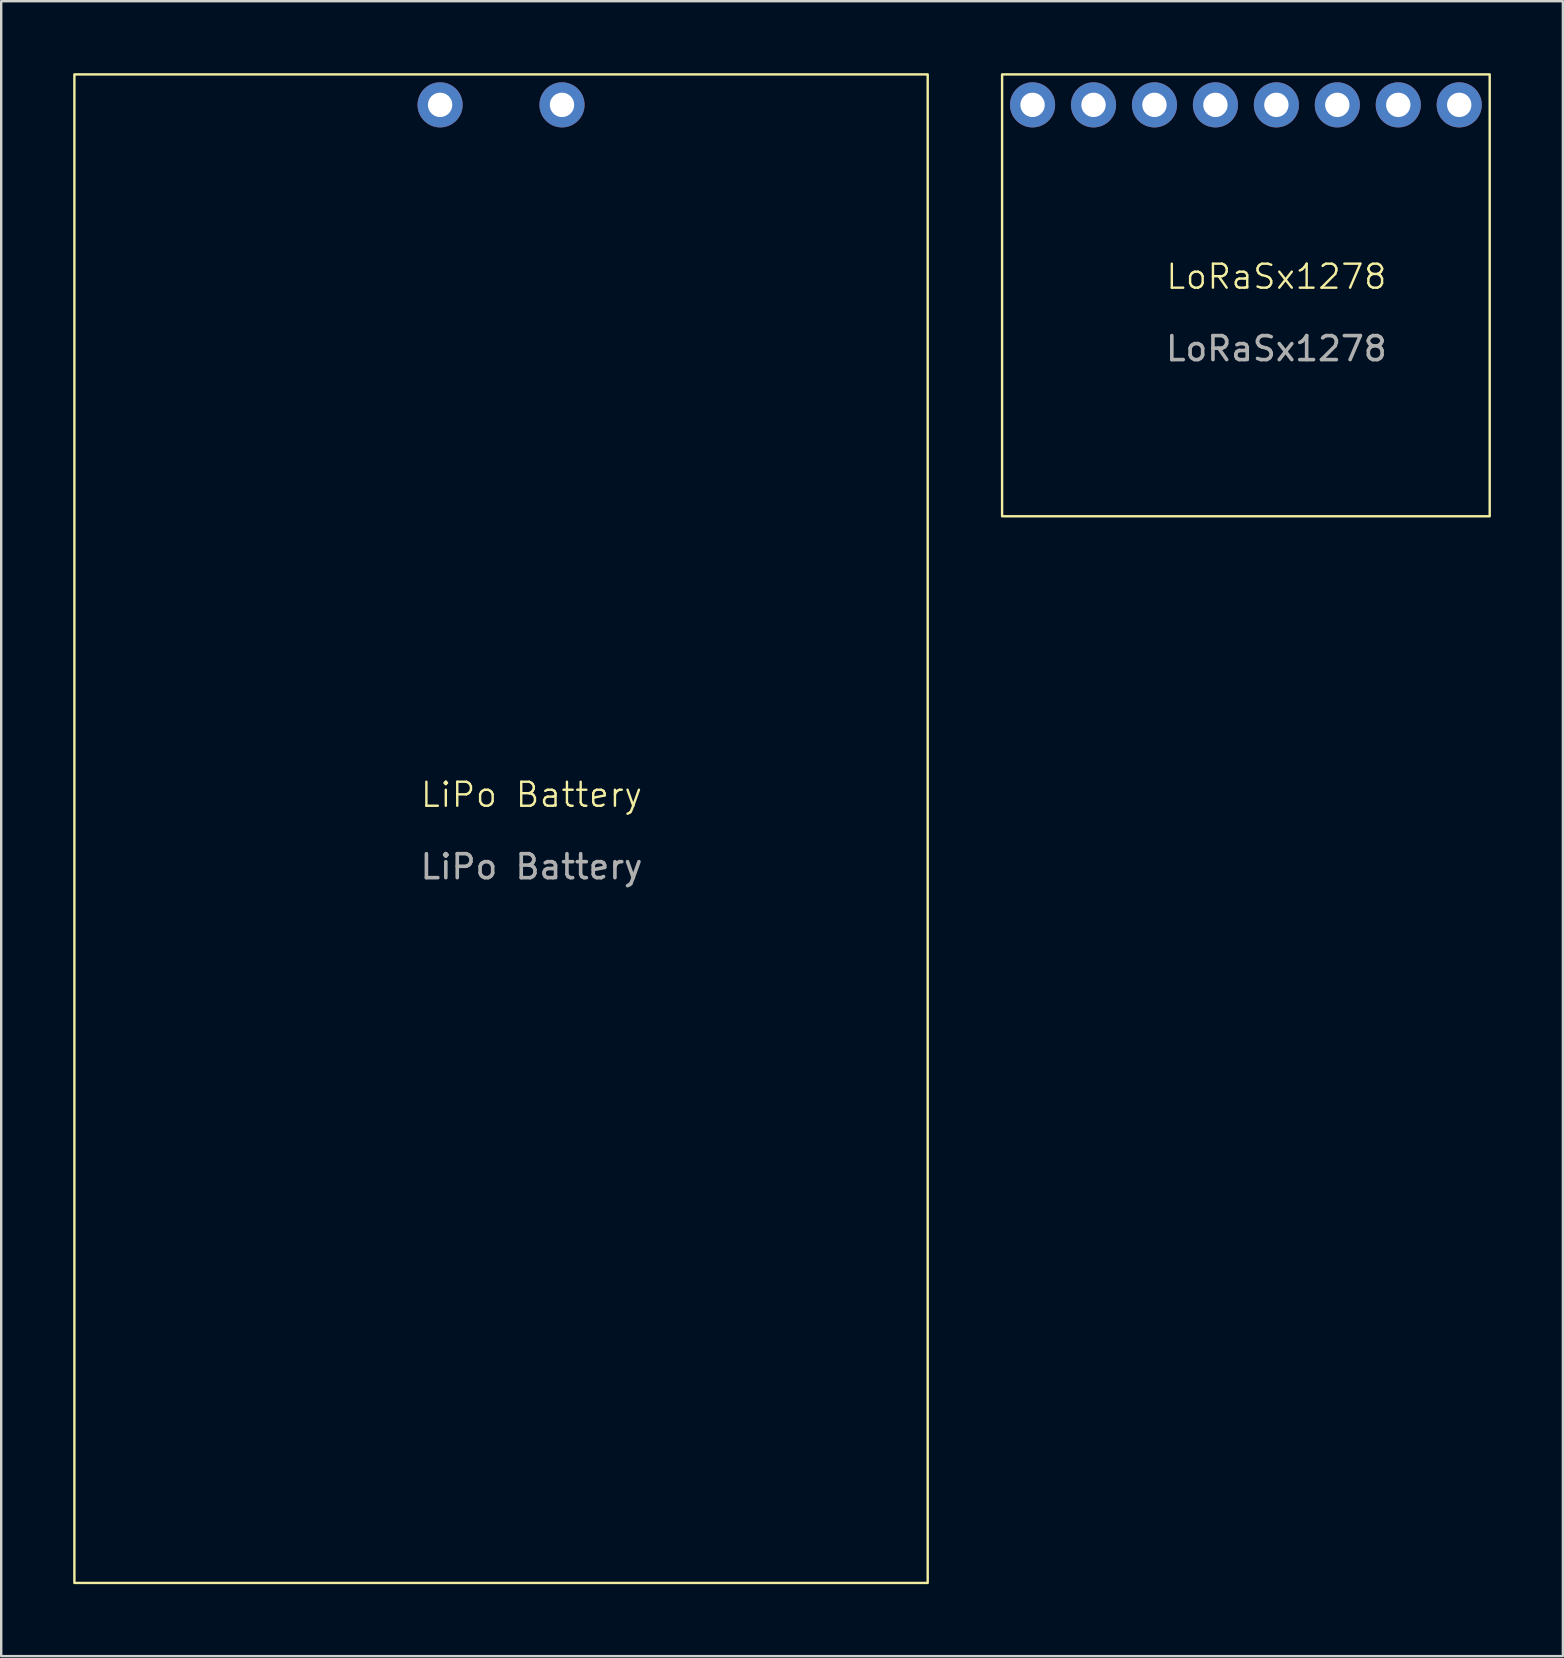
<source format=kicad_pcb>
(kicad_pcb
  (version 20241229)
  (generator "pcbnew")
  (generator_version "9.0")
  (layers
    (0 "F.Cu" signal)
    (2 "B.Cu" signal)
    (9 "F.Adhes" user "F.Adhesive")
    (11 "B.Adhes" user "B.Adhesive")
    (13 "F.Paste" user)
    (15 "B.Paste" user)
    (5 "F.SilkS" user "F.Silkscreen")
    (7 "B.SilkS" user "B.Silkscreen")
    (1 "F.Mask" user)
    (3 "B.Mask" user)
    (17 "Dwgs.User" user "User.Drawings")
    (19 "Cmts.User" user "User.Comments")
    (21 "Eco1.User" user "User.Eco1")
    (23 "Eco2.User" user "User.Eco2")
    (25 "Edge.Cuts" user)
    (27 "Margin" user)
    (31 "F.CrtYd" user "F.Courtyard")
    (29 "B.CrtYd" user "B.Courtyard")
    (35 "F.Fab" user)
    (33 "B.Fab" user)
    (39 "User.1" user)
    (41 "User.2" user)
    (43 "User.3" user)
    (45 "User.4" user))
  (footprint "LoRaSx1278"
    (layer "F.Cu")
    (at 50.14 8.94)
    (property "Reference" "LoRaSx1278" (at 0 -0.46 0) (unlocked yes) (layer "F.SilkS") (effects (font (size 1 1) (thickness 0.1))))
    (attr through_hole)
    (fp_rect (start -11.43 -8.89) (end 8.89 9.525) (stroke (width 0.1) (type default)) (fill no) (layer "F.SilkS"))
    (fp_text user "${REFERENCE}" (at 0 2.54 0) (unlocked yes) (layer "F.Fab") (effects (font (size 1 1) (thickness 0.15))))
    (pad "1" thru_hole circle (at -10.16 -7.62) (size 1.88 1.88) (drill 1.016) (layers "*.Cu" "*.Mask"))
    (pad "2" thru_hole circle (at -7.62 -7.62) (size 1.88 1.88) (drill 1.016) (layers "*.Cu" "*.Mask"))
    (pad "3" thru_hole circle (at -5.08 -7.62) (size 1.88 1.88) (drill 1.016) (layers "*.Cu" "*.Mask"))
    (pad "4" thru_hole circle (at -2.54 -7.62) (size 1.88 1.88) (drill 1.016) (layers "*.Cu" "*.Mask"))
    (pad "5" thru_hole circle (at 0 -7.62) (size 1.88 1.88) (drill 1.016) (layers "*.Cu" "*.Mask"))
    (pad "6" thru_hole circle (at 2.54 -7.62) (size 1.88 1.88) (drill 1.016) (layers "*.Cu" "*.Mask"))
    (pad "7" thru_hole circle (at 5.08 -7.62) (size 1.88 1.88) (drill 1.016) (layers "*.Cu" "*.Mask"))
    (pad "8" thru_hole circle (at 7.62 -7.62) (size 1.88 1.88) (drill 1.016) (layers "*.Cu" "*.Mask")))
  (footprint "LiPo Battery"
    (layer "F.Cu")
    (at 17.83 29.26)
    (property "Reference" "LiPo Battery" (at 1.27 0.81 0) (unlocked yes) (layer "F.SilkS") (effects (font (size 1 1) (thickness 0.1))))
    (attr through_hole)
    (fp_rect (start -17.78 -29.21) (end 17.78 33.655) (stroke (width 0.1) (type default)) (fill no) (layer "F.SilkS"))
    (fp_text user "${REFERENCE}" (at 1.27 3.81 0) (unlocked yes) (layer "F.Fab") (effects (font (size 1 1) (thickness 0.15))))
    (pad "1" thru_hole circle (at -2.54 -27.94) (size 1.88 1.88) (drill 1.016) (layers "*.Cu" "*.Mask"))
    (pad "2" thru_hole circle (at 2.54 -27.94) (size 1.88 1.88) (drill 1.016) (layers "*.Cu" "*.Mask")))
  (gr_rect
    (start -3 -3)
    (end 62.08 65.965)
    (stroke (width 0.1) (type default))
    (fill no)
    (layer "Edge.Cuts")))
</source>
